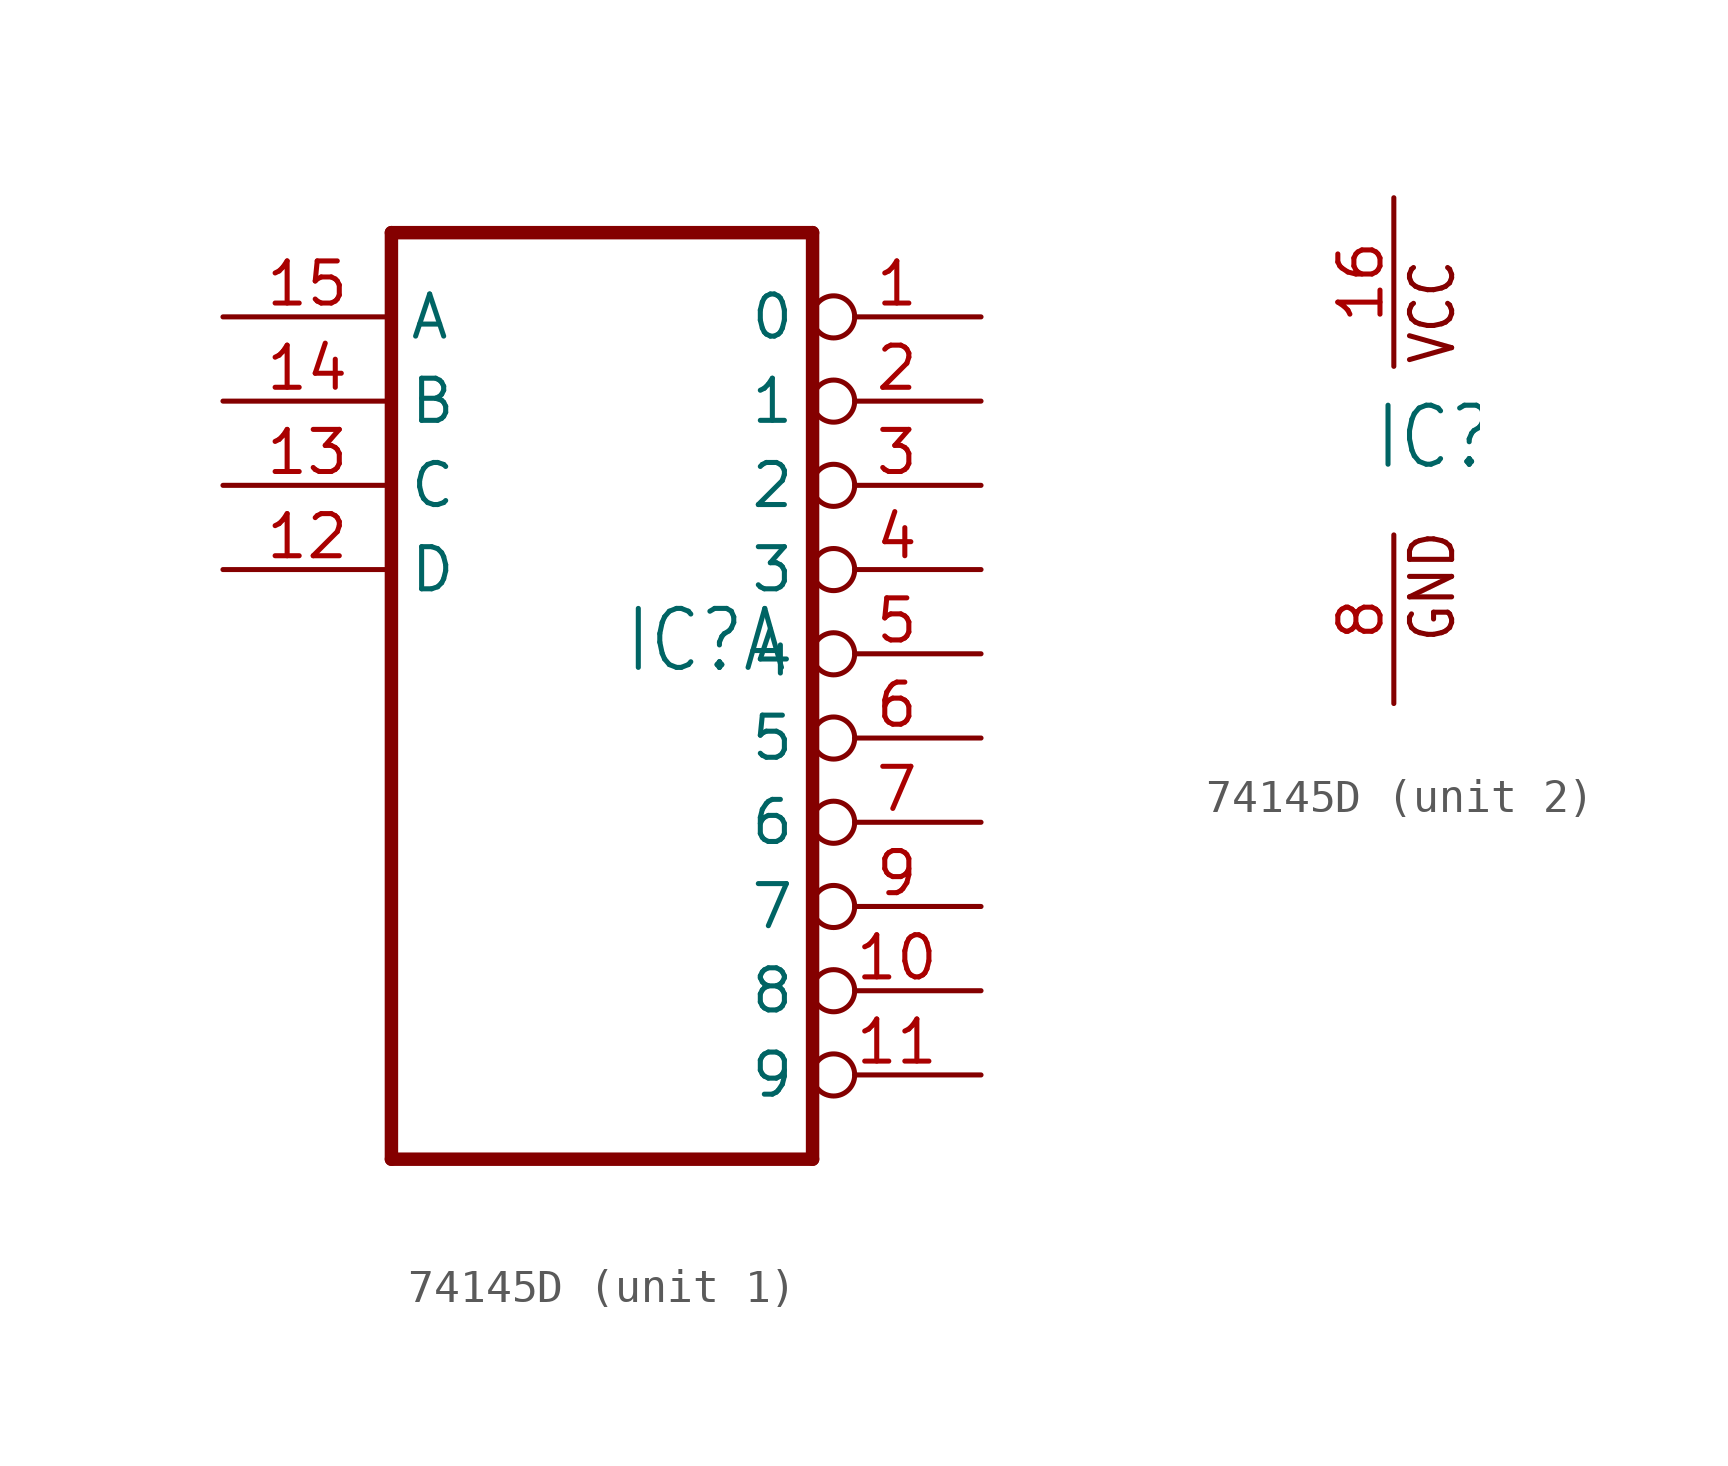
<source format=kicad_sym>
(kicad_symbol_lib
  (version 20220914)
  (generator kicad_symbol_editor)
  (symbol "74145D"
    (property "Reference" "IC"
      (at -0.635 -0.635 0)
      (effects (font (size 1.778 1.511)) (justify left bottom)))
    (property "ki_locked" ""
      (at 0 0 0)
      (effects (font (size 1.27 1.27))))
    (symbol "74145D_1_0"
      (polyline (pts (xy -7.62 -15.24) (xy 5.08 -15.24)) (stroke (width 0.406) (type solid)) (fill (type none)))
      (polyline (pts (xy -7.62 12.7) (xy -7.62 -15.24)) (stroke (width 0.406) (type solid)) (fill (type none)))
      (polyline (pts (xy 5.08 -15.24) (xy 5.08 12.7)) (stroke (width 0.406) (type solid)) (fill (type none)))
      (polyline (pts (xy 5.08 12.7) (xy -7.62 12.7)) (stroke (width 0.406) (type solid)) (fill (type none)))
      (pin output inverted (at 10.16 10.16 180) (length 5.08) (name "0" (effects (font (size 1.27 1.27)))) (number "1" (effects (font (size 1.27 1.27)))))
      (pin output inverted (at 10.16 -10.16 180) (length 5.08) (name "8" (effects (font (size 1.27 1.27)))) (number "10" (effects (font (size 1.27 1.27)))))
      (pin output inverted (at 10.16 -12.7 180) (length 5.08) (name "9" (effects (font (size 1.27 1.27)))) (number "11" (effects (font (size 1.27 1.27)))))
      (pin input line (at -12.7 2.54 0) (length 5.08) (name "D" (effects (font (size 1.27 1.27)))) (number "12" (effects (font (size 1.27 1.27)))))
      (pin input line (at -12.7 5.08 0) (length 5.08) (name "C" (effects (font (size 1.27 1.27)))) (number "13" (effects (font (size 1.27 1.27)))))
      (pin input line (at -12.7 7.62 0) (length 5.08) (name "B" (effects (font (size 1.27 1.27)))) (number "14" (effects (font (size 1.27 1.27)))))
      (pin input line (at -12.7 10.16 0) (length 5.08) (name "A" (effects (font (size 1.27 1.27)))) (number "15" (effects (font (size 1.27 1.27)))))
      (pin output inverted (at 10.16 7.62 180) (length 5.08) (name "1" (effects (font (size 1.27 1.27)))) (number "2" (effects (font (size 1.27 1.27)))))
      (pin output inverted (at 10.16 5.08 180) (length 5.08) (name "2" (effects (font (size 1.27 1.27)))) (number "3" (effects (font (size 1.27 1.27)))))
      (pin output inverted (at 10.16 2.54 180) (length 5.08) (name "3" (effects (font (size 1.27 1.27)))) (number "4" (effects (font (size 1.27 1.27)))))
      (pin output inverted (at 10.16 0 180) (length 5.08) (name "4" (effects (font (size 1.27 1.27)))) (number "5" (effects (font (size 1.27 1.27)))))
      (pin output inverted (at 10.16 -2.54 180) (length 5.08) (name "5" (effects (font (size 1.27 1.27)))) (number "6" (effects (font (size 1.27 1.27)))))
      (pin output inverted (at 10.16 -5.08 180) (length 5.08) (name "6" (effects (font (size 1.27 1.27)))) (number "7" (effects (font (size 1.27 1.27)))))
      (pin output inverted (at 10.16 -7.62 180) (length 5.08) (name "7" (effects (font (size 1.27 1.27)))) (number "9" (effects (font (size 1.27 1.27))))))
    (symbol "74145D_2_0"
      (text "GND" (at 1.905 -5.842 900) (effects (font (size 1.27 1.079)) (justify left bottom)))
      (text "VCC" (at 1.905 2.54 900) (effects (font (size 1.27 1.079)) (justify left bottom)))
      (pin power_in line (at 0 7.62 270) (length 5.08) (name "VCC" (effects (font (size 0 0)))) (number "16" (effects (font (size 1.27 1.27)))))
      (pin power_in line (at 0 -7.62 90) (length 5.08) (name "GND" (effects (font (size 0 0)))) (number "8" (effects (font (size 1.27 1.27))))))))
</source>
